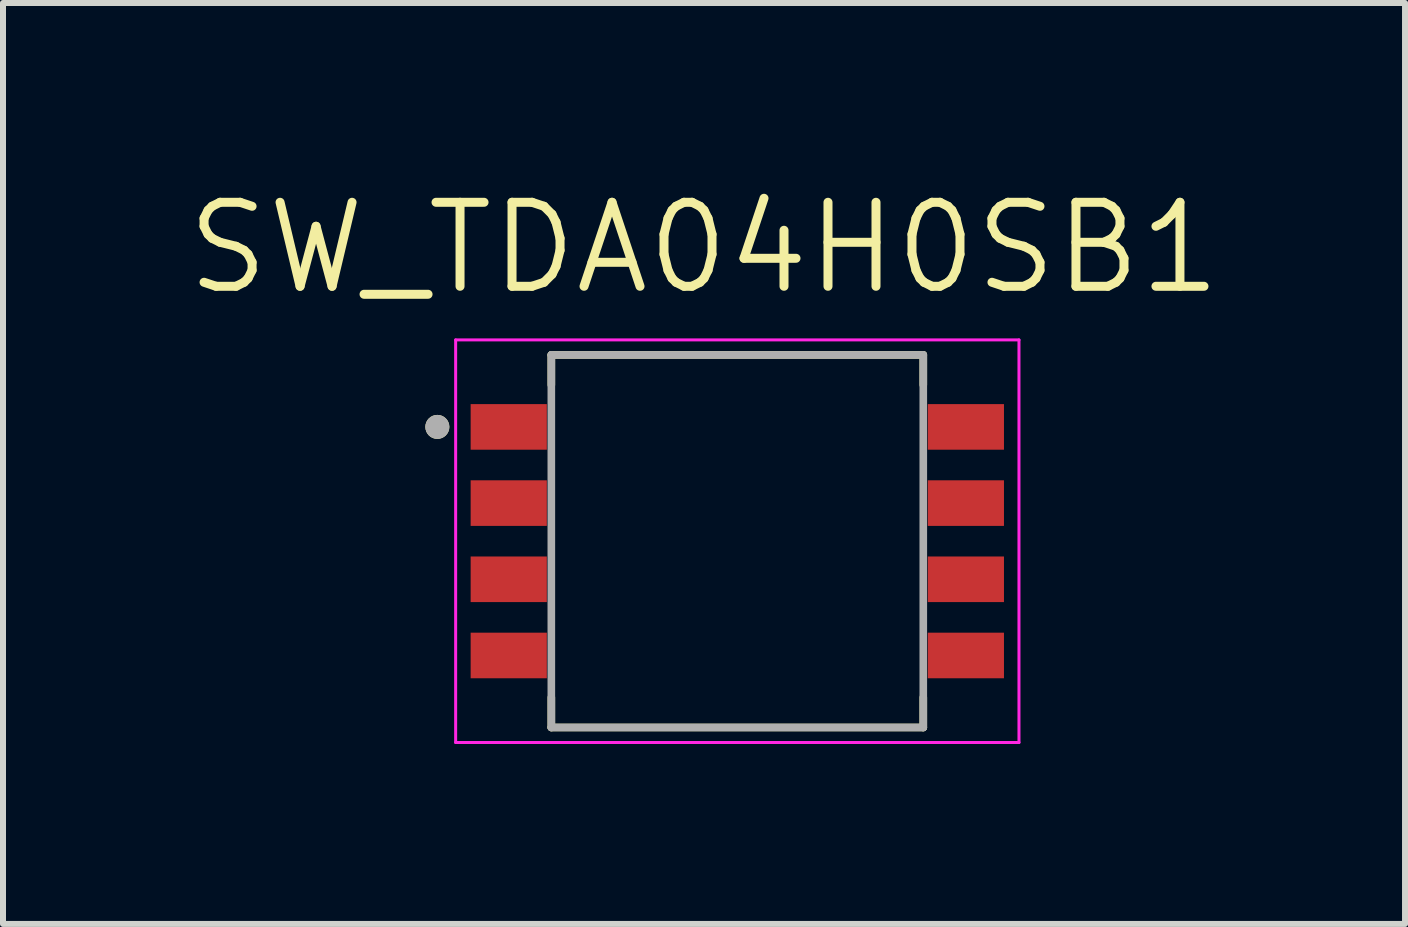
<source format=kicad_pcb>
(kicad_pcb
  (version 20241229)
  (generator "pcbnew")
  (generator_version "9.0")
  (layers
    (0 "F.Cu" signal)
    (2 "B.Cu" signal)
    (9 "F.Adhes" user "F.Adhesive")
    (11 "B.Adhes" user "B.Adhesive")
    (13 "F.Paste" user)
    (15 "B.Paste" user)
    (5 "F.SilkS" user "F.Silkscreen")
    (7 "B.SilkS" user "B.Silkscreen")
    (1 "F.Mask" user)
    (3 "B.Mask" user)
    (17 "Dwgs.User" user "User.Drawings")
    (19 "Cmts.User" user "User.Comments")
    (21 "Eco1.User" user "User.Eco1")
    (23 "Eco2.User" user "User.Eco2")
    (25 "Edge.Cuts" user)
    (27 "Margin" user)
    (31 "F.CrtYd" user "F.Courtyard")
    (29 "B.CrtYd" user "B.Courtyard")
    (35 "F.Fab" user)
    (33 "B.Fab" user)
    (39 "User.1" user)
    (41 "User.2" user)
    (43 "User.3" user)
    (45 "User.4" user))
  (footprint "SW_TDA04H0SB1"
    (layer "F.Cu")
    (at 9.24 5.971)
    (property "Reference" "SW_TDA04H0SB1" (at -0.555 -4.889 0) (layer "F.SilkS") (effects (font (size 1.4 1.4) (thickness 0.15))))
    (attr through_hole)
    (fp_line (start -3.1 -3.105) (end 3.1 -3.105) (stroke (width 0.127) (type solid)) (layer "F.SilkS"))
    (fp_line (start -3.1 -2.605) (end -3.1 -3.105) (stroke (width 0.127) (type solid)) (layer "F.SilkS"))
    (fp_line (start -3.1 3.105) (end -3.1 2.605) (stroke (width 0.127) (type solid)) (layer "F.SilkS"))
    (fp_line (start 3.1 -3.105) (end 3.1 -2.605) (stroke (width 0.127) (type solid)) (layer "F.SilkS"))
    (fp_line (start 3.1 2.605) (end 3.1 3.105) (stroke (width 0.127) (type solid)) (layer "F.SilkS"))
    (fp_line (start 3.1 3.105) (end -3.1 3.105) (stroke (width 0.127) (type solid)) (layer "F.SilkS"))
    (fp_circle (center -5 -1.905) (end -4.9 -1.905) (stroke (width 0.2) (type solid)) (fill no) (layer "F.SilkS"))
    (fp_line (start -4.695 -3.355) (end 4.695 -3.355) (stroke (width 0.05) (type solid)) (layer "F.CrtYd"))
    (fp_line (start -4.695 3.355) (end -4.695 -3.355) (stroke (width 0.05) (type solid)) (layer "F.CrtYd"))
    (fp_line (start 4.695 -3.355) (end 4.695 3.355) (stroke (width 0.05) (type solid)) (layer "F.CrtYd"))
    (fp_line (start 4.695 3.355) (end -4.695 3.355) (stroke (width 0.05) (type solid)) (layer "F.CrtYd"))
    (fp_line (start -3.1 -3.105) (end 3.1 -3.105) (stroke (width 0.127) (type solid)) (layer "F.Fab"))
    (fp_line (start -3.1 3.105) (end -3.1 -3.105) (stroke (width 0.127) (type solid)) (layer "F.Fab"))
    (fp_line (start 3.1 -3.105) (end 3.1 3.105) (stroke (width 0.127) (type solid)) (layer "F.Fab"))
    (fp_line (start 3.1 3.105) (end -3.1 3.105) (stroke (width 0.127) (type solid)) (layer "F.Fab"))
    (fp_circle (center -5 -1.905) (end -4.9 -1.905) (stroke (width 0.2) (type solid)) (fill no) (layer "F.Fab"))
    (pad "1" smd rect (at -3.81 -1.905) (size 1.27 0.76) (layers "F.Cu" "F.Mask" "F.Paste"))
    (pad "2" smd rect (at -3.81 -0.635) (size 1.27 0.76) (layers "F.Cu" "F.Mask" "F.Paste"))
    (pad "3" smd rect (at -3.81 0.635) (size 1.27 0.76) (layers "F.Cu" "F.Mask" "F.Paste"))
    (pad "4" smd rect (at -3.81 1.905) (size 1.27 0.76) (layers "F.Cu" "F.Mask" "F.Paste"))
    (pad "5" smd rect (at 3.81 1.905) (size 1.27 0.76) (layers "F.Cu" "F.Mask" "F.Paste"))
    (pad "6" smd rect (at 3.81 0.635) (size 1.27 0.76) (layers "F.Cu" "F.Mask" "F.Paste"))
    (pad "7" smd rect (at 3.81 -0.635) (size 1.27 0.76) (layers "F.Cu" "F.Mask" "F.Paste"))
    (pad "8" smd rect (at 3.81 -1.905) (size 1.27 0.76) (layers "F.Cu" "F.Mask" "F.Paste")))
  (gr_rect
    (start -3 -3)
    (end 20.37 12.351)
    (stroke (width 0.1) (type default))
    (fill no)
    (layer "Edge.Cuts")))
</source>
